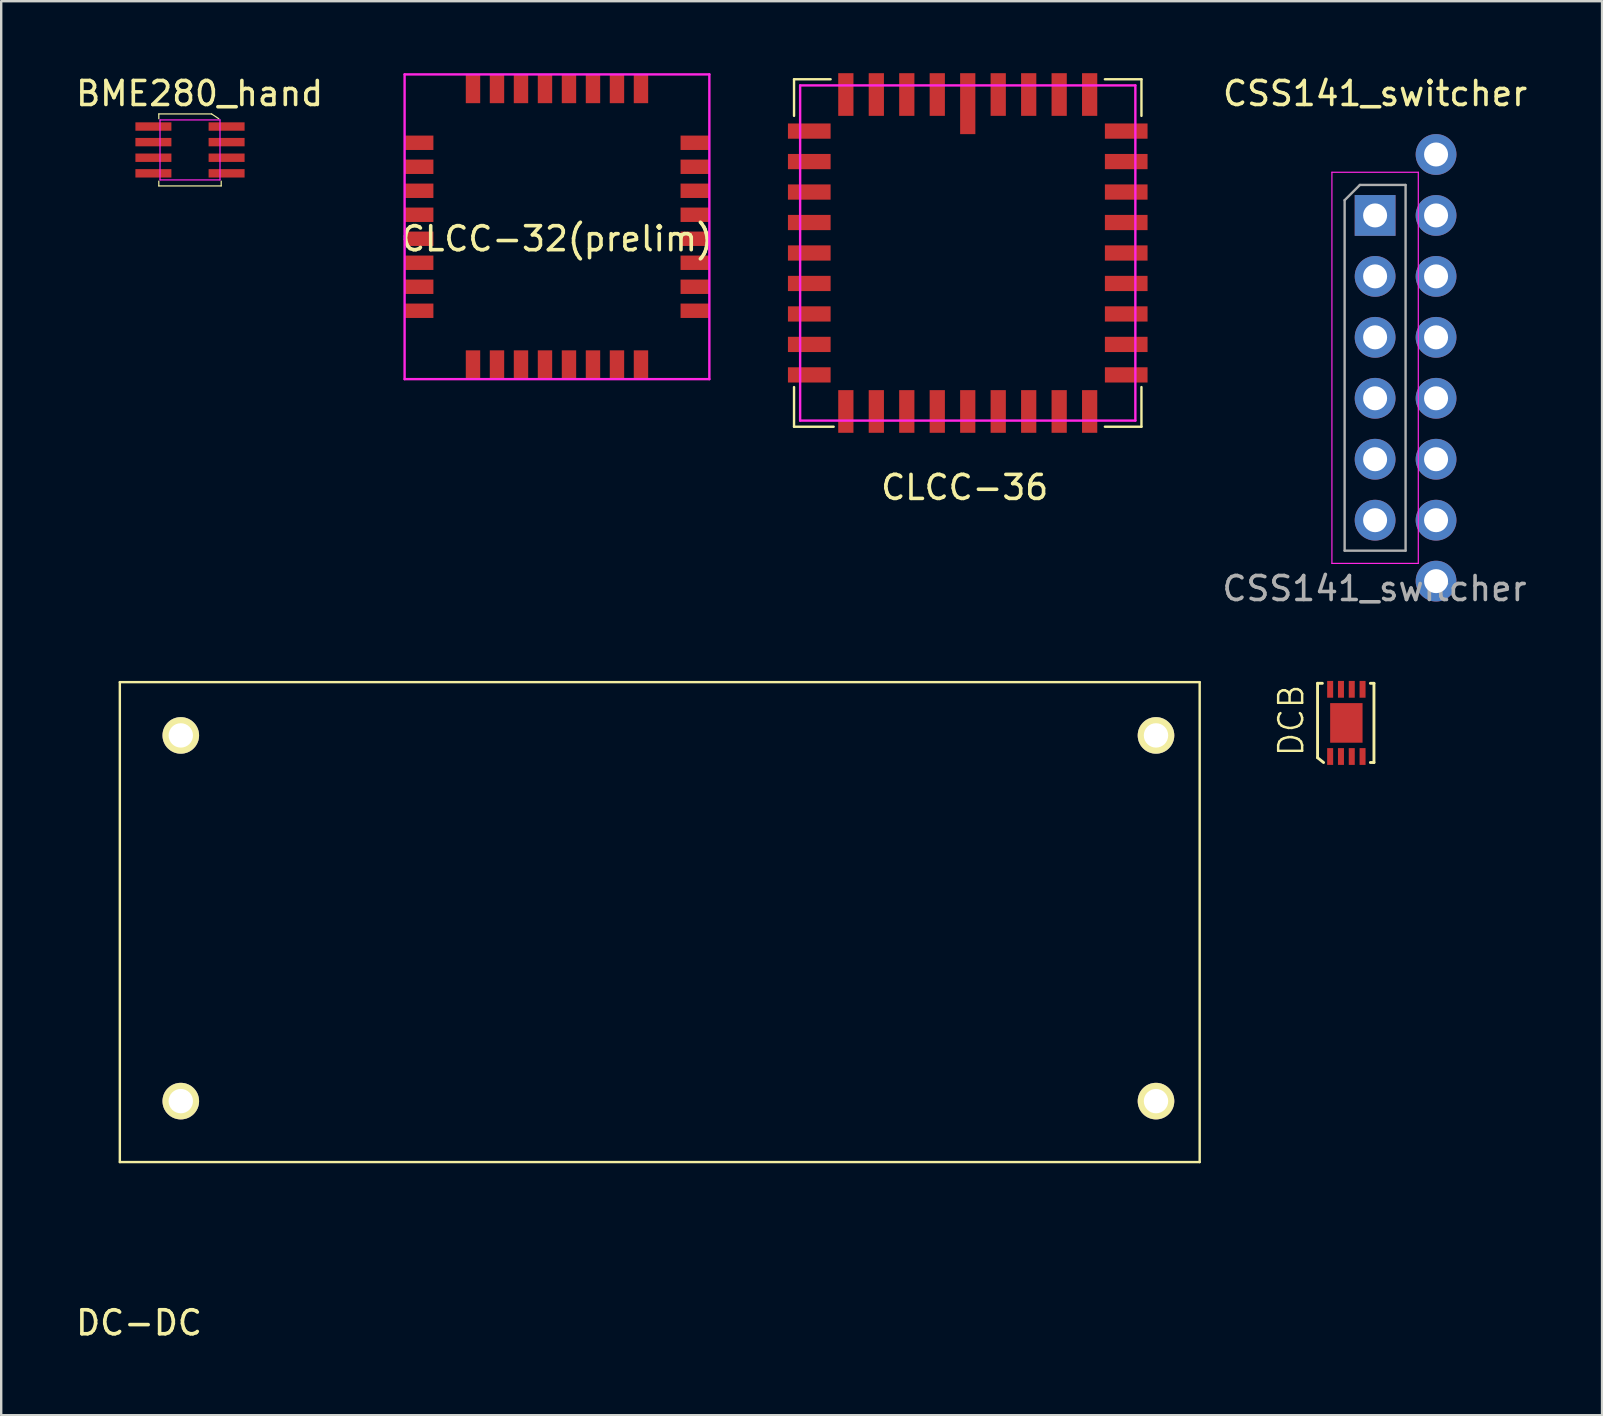
<source format=kicad_pcb>
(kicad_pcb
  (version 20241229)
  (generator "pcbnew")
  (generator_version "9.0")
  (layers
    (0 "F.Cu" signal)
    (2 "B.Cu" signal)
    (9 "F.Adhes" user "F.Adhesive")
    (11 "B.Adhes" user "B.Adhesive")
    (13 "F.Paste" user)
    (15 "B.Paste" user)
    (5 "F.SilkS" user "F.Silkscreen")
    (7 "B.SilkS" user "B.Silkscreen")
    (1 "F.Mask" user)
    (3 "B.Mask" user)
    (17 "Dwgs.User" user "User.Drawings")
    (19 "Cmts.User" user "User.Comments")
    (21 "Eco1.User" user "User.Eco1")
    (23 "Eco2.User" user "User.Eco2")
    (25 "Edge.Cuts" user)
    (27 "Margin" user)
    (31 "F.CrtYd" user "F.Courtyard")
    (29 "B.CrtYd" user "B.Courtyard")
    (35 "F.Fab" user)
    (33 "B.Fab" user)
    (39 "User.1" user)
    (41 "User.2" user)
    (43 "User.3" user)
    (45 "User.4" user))
  (footprint "DC-DC"
    (layer "F.Cu")
    (at 1.944 45.377)
    (property "Reference" "DC-DC" (at 0.8 6.7 0) (layer "F.SilkS") (effects (font (size 1 1) (thickness 0.15))))
    (attr through_hole)
    (fp_line (start 0 -20) (end 0 0) (stroke (width 0.1) (type solid)) (layer "F.SilkS"))
    (fp_line (start 0 0) (end 45 0) (stroke (width 0.1) (type solid)) (layer "F.SilkS"))
    (fp_line (start 45 -20) (end 0 -20) (stroke (width 0.1) (type solid)) (layer "F.SilkS"))
    (fp_line (start 45 0) (end 45 -20) (stroke (width 0.1) (type solid)) (layer "F.SilkS"))
    (pad "1" thru_hole circle (at 2.54 -17.78) (size 1.524 1.524) (drill 1.016) (layers "*.Cu" "*.Mask" "F.SilkS"))
    (pad "2" thru_hole circle (at 2.54 -2.54) (size 1.524 1.524) (drill 1.016) (layers "*.Cu" "*.Mask" "F.SilkS"))
    (pad "3" thru_hole circle (at 43.18 -17.78) (size 1.524 1.524) (drill 1.016) (layers "*.Cu" "*.Mask" "F.SilkS"))
    (pad "4" thru_hole circle (at 43.18 -2.54) (size 1.524 1.524) (drill 1.016) (layers "*.Cu" "*.Mask" "F.SilkS")))
  (footprint "CLCC-32(prelim)"
    (layer "F.Cu")
    (at 20.161 6.4)
    (property "Reference" "CLCC-32(prelim)" (at 0 0.5 0) (layer "F.SilkS") (effects (font (size 1 1) (thickness 0.15))))
    (attr through_hole)
    (fp_line (start -6.35 -6.35) (end 6.35 -6.35) (stroke (width 0.1) (type solid)) (layer "F.CrtYd"))
    (fp_line (start -6.35 6.35) (end -6.35 -6.35) (stroke (width 0.1) (type solid)) (layer "F.CrtYd"))
    (fp_line (start 6.35 -6.35) (end 6.35 6.35) (stroke (width 0.1) (type solid)) (layer "F.CrtYd"))
    (fp_line (start 6.35 6.35) (end -6.35 6.35) (stroke (width 0.1) (type solid)) (layer "F.CrtYd"))
    (pad "1" smd rect (at 0.5 5.75) (size 0.6 1.2) (layers "F.Cu" "F.Mask" "F.Paste"))
    (pad "2" smd rect (at 1.5 5.75) (size 0.6 1.2) (layers "F.Cu" "F.Mask" "F.Paste"))
    (pad "3" smd rect (at 2.5 5.75) (size 0.6 1.2) (layers "F.Cu" "F.Mask" "F.Paste"))
    (pad "4" smd rect (at 3.5 5.75) (size 0.6 1.2) (layers "F.Cu" "F.Mask" "F.Paste"))
    (pad "5" smd rect (at 5.75 3.5 90) (size 0.6 1.2) (layers "F.Cu" "F.Mask" "F.Paste"))
    (pad "6" smd rect (at 5.75 2.5 90) (size 0.6 1.2) (layers "F.Cu" "F.Mask" "F.Paste"))
    (pad "7" smd rect (at 5.75 1.5 90) (size 0.6 1.2) (layers "F.Cu" "F.Mask" "F.Paste"))
    (pad "8" smd rect (at 5.75 0.5 90) (size 0.6 1.2) (layers "F.Cu" "F.Mask" "F.Paste"))
    (pad "9" smd rect (at 5.75 -0.5 90) (size 0.6 1.2) (layers "F.Cu" "F.Mask" "F.Paste"))
    (pad "10" smd rect (at 5.75 -1.5 90) (size 0.6 1.2) (layers "F.Cu" "F.Mask" "F.Paste"))
    (pad "11" smd rect (at 5.75 -2.5 90) (size 0.6 1.2) (layers "F.Cu" "F.Mask" "F.Paste"))
    (pad "12" smd rect (at 5.75 -3.5 90) (size 0.6 1.2) (layers "F.Cu" "F.Mask" "F.Paste"))
    (pad "13" smd rect (at 3.5 -5.75) (size 0.6 1.2) (layers "F.Cu" "F.Mask" "F.Paste"))
    (pad "14" smd rect (at 2.5 -5.75) (size 0.6 1.2) (layers "F.Cu" "F.Mask" "F.Paste"))
    (pad "15" smd rect (at 1.5 -5.75) (size 0.6 1.2) (layers "F.Cu" "F.Mask" "F.Paste"))
    (pad "16" smd rect (at 0.5 -5.75) (size 0.6 1.2) (layers "F.Cu" "F.Mask" "F.Paste"))
    (pad "17" smd rect (at -0.5 -5.75) (size 0.6 1.2) (layers "F.Cu" "F.Mask" "F.Paste"))
    (pad "18" smd rect (at -1.5 -5.75) (size 0.6 1.2) (layers "F.Cu" "F.Mask" "F.Paste"))
    (pad "19" smd rect (at -2.5 -5.75) (size 0.6 1.2) (layers "F.Cu" "F.Mask" "F.Paste"))
    (pad "20" smd rect (at -3.5 -5.75) (size 0.6 1.2) (layers "F.Cu" "F.Mask" "F.Paste"))
    (pad "21" smd rect (at -5.75 -3.5 90) (size 0.6 1.2) (layers "F.Cu" "F.Mask" "F.Paste"))
    (pad "22" smd rect (at -5.75 -2.5 90) (size 0.6 1.2) (layers "F.Cu" "F.Mask" "F.Paste"))
    (pad "23" smd rect (at -5.75 -1.5 90) (size 0.6 1.2) (layers "F.Cu" "F.Mask" "F.Paste"))
    (pad "24" smd rect (at -5.75 -0.5 90) (size 0.6 1.2) (layers "F.Cu" "F.Mask" "F.Paste"))
    (pad "25" smd rect (at -5.75 0.5 90) (size 0.6 1.2) (layers "F.Cu" "F.Mask" "F.Paste"))
    (pad "26" smd rect (at -5.75 1.5 90) (size 0.6 1.2) (layers "F.Cu" "F.Mask" "F.Paste"))
    (pad "27" smd rect (at -5.75 2.5 90) (size 0.6 1.2) (layers "F.Cu" "F.Mask" "F.Paste"))
    (pad "28" smd rect (at -5.75 3.5 90) (size 0.6 1.2) (layers "F.Cu" "F.Mask" "F.Paste"))
    (pad "29" smd rect (at -3.5 5.75) (size 0.6 1.2) (layers "F.Cu" "F.Mask" "F.Paste"))
    (pad "30" smd rect (at -2.5 5.75) (size 0.6 1.2) (layers "F.Cu" "F.Mask" "F.Paste"))
    (pad "31" smd rect (at -1.5 5.75) (size 0.6 1.2) (layers "F.Cu" "F.Mask" "F.Paste"))
    (pad "32" smd rect (at -0.5 5.75) (size 0.6 1.2) (layers "F.Cu" "F.Mask" "F.Paste")))
  (footprint "DCB"
    (layer "F.Cu")
    (at 53.057 27.076)
    (property "Reference" "DCB" (at -2.3 -0.1 90) (layer "F.SilkS") (effects (font (size 1 1) (thickness 0.102))))
    (attr through_hole)
    (fp_line (start -1.2 -1.65) (end -1 -1.65) (stroke (width 0.12) (type solid)) (layer "F.SilkS"))
    (fp_line (start -1.2 1.45) (end -1.2 -1.65) (stroke (width 0.12) (type solid)) (layer "F.SilkS"))
    (fp_line (start -0.95 1.65) (end -1.2 1.45) (stroke (width 0.12) (type solid)) (layer "F.SilkS"))
    (fp_line (start 1.15 -1.65) (end 1 -1.65) (stroke (width 0.12) (type solid)) (layer "F.SilkS"))
    (fp_line (start 1.15 -1.65) (end 1.15 1.65) (stroke (width 0.12) (type solid)) (layer "F.SilkS"))
    (fp_line (start 1.15 1.65) (end 1 1.65) (stroke (width 0.12) (type solid)) (layer "F.SilkS"))
    (pad "0" smd rect (at 0 0) (size 1.35 1.65) (layers "F.Cu" "F.Mask" "F.Paste"))
    (pad "1" smd rect (at -0.675 1.4) (size 0.25 0.7) (layers "F.Cu" "F.Mask" "F.Paste"))
    (pad "2" smd rect (at -0.225 1.4) (size 0.25 0.7) (layers "F.Cu" "F.Mask" "F.Paste"))
    (pad "3" smd rect (at 0.225 1.4) (size 0.25 0.7) (layers "F.Cu" "F.Mask" "F.Paste"))
    (pad "4" smd rect (at 0.675 1.4) (size 0.25 0.7) (layers "F.Cu" "F.Mask" "F.Paste"))
    (pad "5" smd rect (at 0.675 -1.4) (size 0.25 0.7) (layers "F.Cu" "F.Mask" "F.Paste"))
    (pad "6" smd rect (at 0.225 -1.4) (size 0.25 0.7) (layers "F.Cu" "F.Mask" "F.Paste"))
    (pad "7" smd rect (at -0.225 -1.4) (size 0.25 0.7) (layers "F.Cu" "F.Mask" "F.Paste"))
    (pad "8" smd rect (at -0.675 -1.4) (size 0.25 0.7) (layers "F.Cu" "F.Mask" "F.Paste")))
  (footprint "CLCC-36"
    (layer "F.Cu")
    (at 37.279 7.493)
    (property "Reference" "CLCC-36" (at -0.127 9.771 0) (layer "F.SilkS") (effects (font (size 1 1) (thickness 0.15))))
    (attr through_hole)
    (fp_line (start -7.239 -7.239) (end -7.239 -5.715) (stroke (width 0.1) (type solid)) (layer "F.SilkS"))
    (fp_line (start -7.239 7.239) (end -7.239 5.588) (stroke (width 0.1) (type solid)) (layer "F.SilkS"))
    (fp_line (start -5.715 -7.239) (end -7.239 -7.239) (stroke (width 0.1) (type solid)) (layer "F.SilkS"))
    (fp_line (start -5.588 7.239) (end -7.239 7.239) (stroke (width 0.1) (type solid)) (layer "F.SilkS"))
    (fp_line (start 5.715 -7.239) (end 7.239 -7.239) (stroke (width 0.1) (type solid)) (layer "F.SilkS"))
    (fp_line (start 7.239 -7.239) (end 7.239 -5.715) (stroke (width 0.1) (type solid)) (layer "F.SilkS"))
    (fp_line (start 7.239 5.588) (end 7.239 7.239) (stroke (width 0.1) (type solid)) (layer "F.SilkS"))
    (fp_line (start 7.239 7.239) (end 5.715 7.239) (stroke (width 0.1) (type solid)) (layer "F.SilkS"))
    (fp_line (start -6.985 -6.985) (end -6.985 6.985) (stroke (width 0.1) (type solid)) (layer "F.CrtYd"))
    (fp_line (start -6.985 6.985) (end 6.985 6.985) (stroke (width 0.1) (type solid)) (layer "F.CrtYd"))
    (fp_line (start 6.985 -6.985) (end -6.985 -6.985) (stroke (width 0.1) (type solid)) (layer "F.CrtYd"))
    (fp_line (start 6.985 6.985) (end 6.985 -6.985) (stroke (width 0.1) (type solid)) (layer "F.CrtYd"))
    (pad "1" smd rect (at 0 -6.223) (size 0.635 2.54) (layers "F.Cu" "F.Mask" "F.Paste"))
    (pad "2" smd rect (at -1.27 -6.604) (size 0.635 1.778) (layers "F.Cu" "F.Mask" "F.Paste"))
    (pad "3" smd rect (at -2.54 -6.604) (size 0.635 1.778) (layers "F.Cu" "F.Mask" "F.Paste"))
    (pad "4" smd rect (at -3.81 -6.604) (size 0.635 1.778) (layers "F.Cu" "F.Mask" "F.Paste"))
    (pad "5" smd rect (at -5.08 -6.604) (size 0.635 1.778) (layers "F.Cu" "F.Mask" "F.Paste"))
    (pad "6" smd rect (at -6.604 -5.08 90) (size 0.635 1.778) (layers "F.Cu" "F.Mask" "F.Paste"))
    (pad "7" smd rect (at -6.604 -3.81 90) (size 0.635 1.778) (layers "F.Cu" "F.Mask" "F.Paste"))
    (pad "8" smd rect (at -6.604 -2.54 90) (size 0.635 1.778) (layers "F.Cu" "F.Mask" "F.Paste"))
    (pad "9" smd rect (at -6.604 -1.27 90) (size 0.635 1.778) (layers "F.Cu" "F.Mask" "F.Paste"))
    (pad "10" smd rect (at -6.604 0 90) (size 0.635 1.778) (layers "F.Cu" "F.Mask" "F.Paste"))
    (pad "11" smd rect (at -6.604 1.27 90) (size 0.635 1.778) (layers "F.Cu" "F.Mask" "F.Paste"))
    (pad "12" smd rect (at -6.604 2.54 90) (size 0.635 1.778) (layers "F.Cu" "F.Mask" "F.Paste"))
    (pad "13" smd rect (at -6.604 3.81 90) (size 0.635 1.778) (layers "F.Cu" "F.Mask" "F.Paste"))
    (pad "14" smd rect (at -6.604 5.08 90) (size 0.635 1.778) (layers "F.Cu" "F.Mask" "F.Paste"))
    (pad "15" smd rect (at -5.08 6.604) (size 0.635 1.778) (layers "F.Cu" "F.Mask" "F.Paste"))
    (pad "16" smd rect (at -3.81 6.604) (size 0.635 1.778) (layers "F.Cu" "F.Mask" "F.Paste"))
    (pad "17" smd rect (at -2.54 6.604) (size 0.635 1.778) (layers "F.Cu" "F.Mask" "F.Paste"))
    (pad "18" smd rect (at -1.27 6.604) (size 0.635 1.778) (layers "F.Cu" "F.Mask" "F.Paste"))
    (pad "19" smd rect (at 0 6.604) (size 0.635 1.778) (layers "F.Cu" "F.Mask" "F.Paste"))
    (pad "20" smd rect (at 1.27 6.604) (size 0.635 1.778) (layers "F.Cu" "F.Mask" "F.Paste"))
    (pad "21" smd rect (at 2.54 6.604) (size 0.635 1.778) (layers "F.Cu" "F.Mask" "F.Paste"))
    (pad "22" smd rect (at 3.81 6.604) (size 0.635 1.778) (layers "F.Cu" "F.Mask" "F.Paste"))
    (pad "23" smd rect (at 5.08 6.604) (size 0.635 1.778) (layers "F.Cu" "F.Mask" "F.Paste"))
    (pad "24" smd rect (at 6.604 5.08 90) (size 0.635 1.778) (layers "F.Cu" "F.Mask" "F.Paste"))
    (pad "25" smd rect (at 6.604 3.81 90) (size 0.635 1.778) (layers "F.Cu" "F.Mask" "F.Paste"))
    (pad "26" smd rect (at 6.604 2.54 90) (size 0.635 1.778) (layers "F.Cu" "F.Mask" "F.Paste"))
    (pad "27" smd rect (at 6.604 1.27 90) (size 0.635 1.778) (layers "F.Cu" "F.Mask" "F.Paste"))
    (pad "28" smd rect (at 6.604 0 90) (size 0.635 1.778) (layers "F.Cu" "F.Mask" "F.Paste"))
    (pad "29" smd rect (at 6.604 -1.27 90) (size 0.635 1.778) (layers "F.Cu" "F.Mask" "F.Paste"))
    (pad "30" smd rect (at 6.604 -2.54 90) (size 0.635 1.778) (layers "F.Cu" "F.Mask" "F.Paste"))
    (pad "31" smd rect (at 6.604 -3.81 90) (size 0.635 1.778) (layers "F.Cu" "F.Mask" "F.Paste"))
    (pad "32" smd rect (at 6.604 -5.08 90) (size 0.635 1.778) (layers "F.Cu" "F.Mask" "F.Paste"))
    (pad "33" smd rect (at 5.08 -6.604) (size 0.635 1.778) (layers "F.Cu" "F.Mask" "F.Paste"))
    (pad "34" smd rect (at 3.81 -6.604) (size 0.635 1.778) (layers "F.Cu" "F.Mask" "F.Paste"))
    (pad "35" smd rect (at 2.54 -6.604) (size 0.635 1.778) (layers "F.Cu" "F.Mask" "F.Paste"))
    (pad "36" smd rect (at 1.27 -6.604) (size 0.635 1.778) (layers "F.Cu" "F.Mask" "F.Paste")))
  (footprint "CSS141_switcher"
    (layer "F.Cu")
    (at 54.255 5.928)
    (property "Reference" "CSS141_switcher" (at 0 -5.08 0) (layer "F.SilkS") (effects (font (size 1 1) (thickness 0.15))))
    (attr through_hole)
    (fp_line (start -1.8 -1.8) (end -1.8 14.5) (stroke (width 0.05) (type solid)) (layer "F.CrtYd"))
    (fp_line (start -1.8 14.5) (end 1.8 14.5) (stroke (width 0.05) (type solid)) (layer "F.CrtYd"))
    (fp_line (start 1.8 -1.8) (end -1.8 -1.8) (stroke (width 0.05) (type solid)) (layer "F.CrtYd"))
    (fp_line (start 1.8 14.5) (end 1.8 -1.8) (stroke (width 0.05) (type solid)) (layer "F.CrtYd"))
    (fp_line (start -1.27 -0.635) (end -0.635 -1.27) (stroke (width 0.1) (type solid)) (layer "F.Fab"))
    (fp_line (start -1.27 13.97) (end -1.27 -0.635) (stroke (width 0.1) (type solid)) (layer "F.Fab"))
    (fp_line (start -0.635 -1.27) (end 1.27 -1.27) (stroke (width 0.1) (type solid)) (layer "F.Fab"))
    (fp_line (start 1.27 -1.27) (end 1.27 13.97) (stroke (width 0.1) (type solid)) (layer "F.Fab"))
    (fp_line (start 1.27 13.97) (end -1.27 13.97) (stroke (width 0.1) (type solid)) (layer "F.Fab"))
    (fp_text user "${REFERENCE}" (at -0.025 15.55 180) (layer "F.Fab") (effects (font (size 1 1) (thickness 0.15))))
    (pad "28" thru_hole oval (at 2.54 15.24) (size 1.7 1.7) (drill 1) (layers "*.Cu" "*.Mask"))
    (pad "29" thru_hole oval (at 0 12.7) (size 1.7 1.7) (drill 1) (layers "*.Cu" "*.Mask"))
    (pad "30" thru_hole oval (at 2.54 12.7) (size 1.7 1.7) (drill 1) (layers "*.Cu" "*.Mask"))
    (pad "31" thru_hole oval (at 0 10.16) (size 1.7 1.7) (drill 1) (layers "*.Cu" "*.Mask"))
    (pad "32" thru_hole oval (at 2.54 10.16) (size 1.7 1.7) (drill 1) (layers "*.Cu" "*.Mask"))
    (pad "33" thru_hole oval (at 0 7.62) (size 1.7 1.7) (drill 1) (layers "*.Cu" "*.Mask"))
    (pad "34" thru_hole oval (at 2.54 7.62) (size 1.7 1.7) (drill 1) (layers "*.Cu" "*.Mask"))
    (pad "35" thru_hole oval (at 0 5.08) (size 1.7 1.7) (drill 1) (layers "*.Cu" "*.Mask"))
    (pad "36" thru_hole oval (at 2.54 5.08) (size 1.7 1.7) (drill 1) (layers "*.Cu" "*.Mask"))
    (pad "37" thru_hole oval (at 0 2.54) (size 1.7 1.7) (drill 1) (layers "*.Cu" "*.Mask"))
    (pad "38" thru_hole oval (at 2.54 2.54) (size 1.7 1.7) (drill 1) (layers "*.Cu" "*.Mask"))
    (pad "39" thru_hole rect (at 0 0) (size 1.7 1.7) (drill 1) (layers "*.Cu" "*.Mask"))
    (pad "40" thru_hole oval (at 2.54 -2.54) (size 1.7 1.7) (drill 1) (layers "*.Cu" "*.Mask"))
    (pad "41" thru_hole oval (at 2.54 0) (size 1.7 1.7) (drill 1) (layers "*.Cu" "*.Mask")))
  (footprint "BME280_hand"
    (layer "F.Cu")
    (at 4.868 3.198)
    (property "Reference" "BME280_hand" (at 0.4 -2.35 0) (layer "F.SilkS") (effects (font (size 1 1) (thickness 0.15))))
    (attr through_hole)
    (fp_line (start -1.3 -1.5) (end 0.9 -1.5) (stroke (width 0.05) (type solid)) (layer "F.SilkS"))
    (fp_line (start -1.3 -1.3) (end -1.3 -1.5) (stroke (width 0.05) (type solid)) (layer "F.SilkS"))
    (fp_line (start -1.3 1.3) (end -1.3 1.5) (stroke (width 0.05) (type solid)) (layer "F.SilkS"))
    (fp_line (start -1.3 1.5) (end 1.3 1.5) (stroke (width 0.05) (type solid)) (layer "F.SilkS"))
    (fp_line (start 0.9 -1.5) (end 1.2 -1.3) (stroke (width 0.05) (type solid)) (layer "F.SilkS"))
    (fp_line (start 1.3 1.5) (end 1.3 1.3) (stroke (width 0.05) (type solid)) (layer "F.SilkS"))
    (fp_line (start -1.25 -1.25) (end 1.25 -1.25) (stroke (width 0.05) (type solid)) (layer "F.CrtYd"))
    (fp_line (start -1.25 1.25) (end -1.25 -1.25) (stroke (width 0.05) (type solid)) (layer "F.CrtYd"))
    (fp_line (start 1.25 -1.25) (end 1.25 1.25) (stroke (width 0.05) (type solid)) (layer "F.CrtYd"))
    (fp_line (start 1.25 1.25) (end -1.25 1.25) (stroke (width 0.05) (type solid)) (layer "F.CrtYd"))
    (pad "1" smd rect (at 1.525 -0.975) (size 1.5 0.35) (layers "F.Cu" "F.Mask" "F.Paste"))
    (pad "2" smd rect (at 1.525 -0.325) (size 1.5 0.35) (layers "F.Cu" "F.Mask" "F.Paste"))
    (pad "3" smd rect (at 1.525 0.325) (size 1.5 0.35) (layers "F.Cu" "F.Mask" "F.Paste"))
    (pad "4" smd rect (at 1.525 0.975) (size 1.5 0.35) (layers "F.Cu" "F.Mask" "F.Paste"))
    (pad "5" smd rect (at -1.525 0.975) (size 1.5 0.35) (layers "F.Cu" "F.Mask" "F.Paste"))
    (pad "6" smd rect (at -1.525 0.325) (size 1.5 0.35) (layers "F.Cu" "F.Mask" "F.Paste"))
    (pad "7" smd rect (at -1.525 -0.325) (size 1.5 0.35) (layers "F.Cu" "F.Mask" "F.Paste"))
    (pad "8" smd rect (at -1.525 -0.975) (size 1.5 0.35) (layers "F.Cu" "F.Mask" "F.Paste")))
  (gr_rect
    (start -3 -3)
    (end 63.713 55.925)
    (stroke (width 0.1) (type default))
    (fill no)
    (layer "Edge.Cuts")))
</source>
